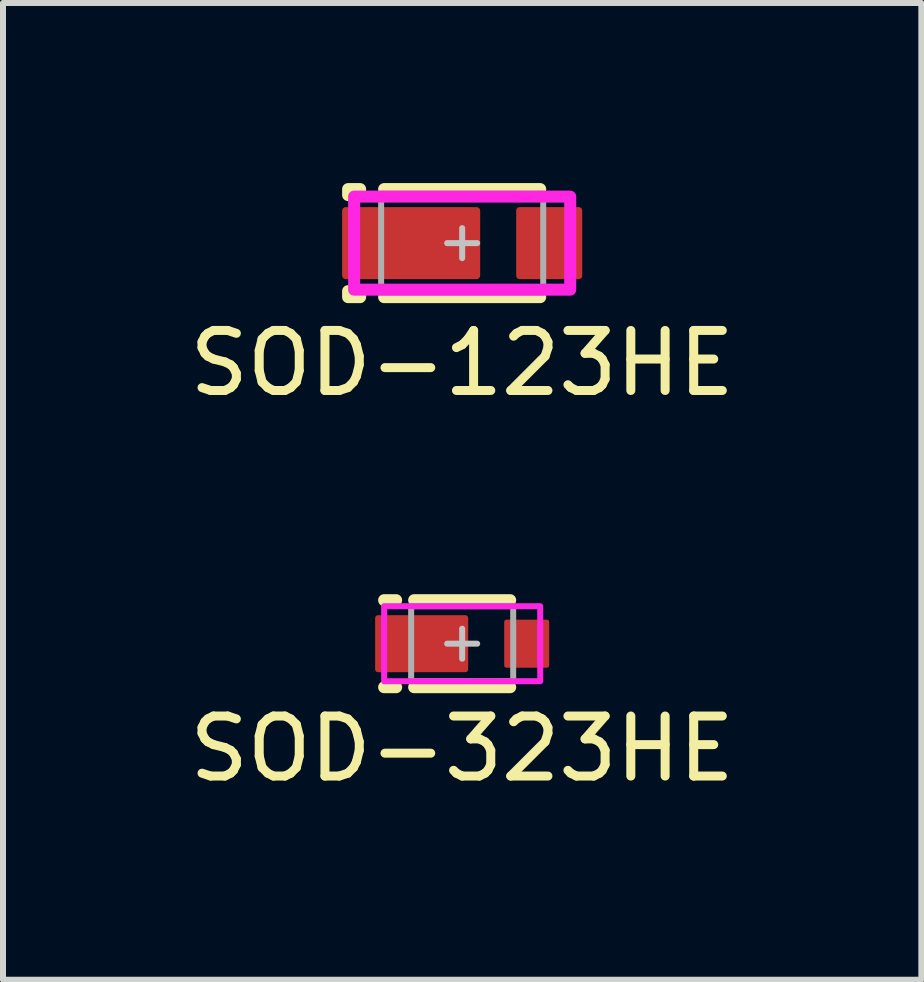
<source format=kicad_pcb>
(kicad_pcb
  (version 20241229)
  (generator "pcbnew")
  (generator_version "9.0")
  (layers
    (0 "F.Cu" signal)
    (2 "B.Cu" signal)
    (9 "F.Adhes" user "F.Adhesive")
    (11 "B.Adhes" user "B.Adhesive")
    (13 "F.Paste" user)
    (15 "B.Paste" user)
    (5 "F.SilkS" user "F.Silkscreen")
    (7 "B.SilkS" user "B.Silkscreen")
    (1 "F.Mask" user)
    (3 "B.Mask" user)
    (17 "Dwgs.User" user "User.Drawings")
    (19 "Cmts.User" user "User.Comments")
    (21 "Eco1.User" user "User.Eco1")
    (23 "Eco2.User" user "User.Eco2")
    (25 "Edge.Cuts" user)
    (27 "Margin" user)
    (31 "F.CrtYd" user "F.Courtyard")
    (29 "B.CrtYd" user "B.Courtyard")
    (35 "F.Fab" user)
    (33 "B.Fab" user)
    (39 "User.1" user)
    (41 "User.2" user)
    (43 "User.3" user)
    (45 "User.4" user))
  (footprint "SOD-123HE"
    (layer "F.Cu")
    (at 4.649 1)
    (property "Reference" "SOD-123HE" (at 0 2 0) (unlocked yes) (layer "F.SilkS") (effects (font (size 1 1) (thickness 0.15))))
    (attr smd)
    (fp_line (start -1.3 -0.9) (end 1.3 -0.9) (stroke (width 0.2) (type solid)) (layer "F.SilkS"))
    (fp_line (start -1.3 0.9) (end 1.3 0.9) (stroke (width 0.2) (type solid)) (layer "F.SilkS"))
    (fp_rect (start -1.9 -0.8) (end -1.7 -0.9) (stroke (width 0.2) (type solid)) (fill no) (layer "F.SilkS"))
    (fp_rect (start -1.9 0.9) (end -1.7 0.8) (stroke (width 0.2) (type solid)) (fill no) (layer "F.SilkS"))
    (fp_line (start -0.25 0) (end 0.25 0) (stroke (width 0.1) (type solid)) (layer "Dwgs.User"))
    (fp_line (start 0 -0.25) (end 0 0.25) (stroke (width 0.1) (type solid)) (layer "Dwgs.User"))
    (fp_rect (start -1.8 -0.775) (end 1.8 0.775) (stroke (width 0.2) (type solid)) (fill no) (layer "F.CrtYd"))
    (fp_rect (start -1.35 -0.825) (end 1.35 0.825) (stroke (width 0.1) (type solid)) (fill no) (layer "F.Fab"))
    (pad "A" smd roundrect (at 1.45 0 90) (size 1.2 1.1) (layers "F.Cu" "F.Mask" "F.Paste") (roundrect_rratio 0.05))
    (pad "K" smd roundrect (at -0.85 0) (size 2.3 1.2) (layers "F.Cu" "F.Mask" "F.Paste") (roundrect_rratio 0.05)))
  (footprint "SOD-323HE"
    (layer "F.Cu")
    (at 4.649 7.673)
    (property "Reference" "SOD-323HE" (at 0 1.75 0) (unlocked yes) (layer "F.SilkS") (effects (font (size 1 1) (thickness 0.15))))
    (attr smd)
    (fp_line (start -1.1 -0.725) (end -1.3 -0.725) (stroke (width 0.2) (type solid)) (layer "F.SilkS"))
    (fp_line (start -1.1 0.725) (end -1.3 0.725) (stroke (width 0.2) (type solid)) (layer "F.SilkS"))
    (fp_line (start -0.8 -0.725) (end 0.8 -0.725) (stroke (width 0.2) (type solid)) (layer "F.SilkS"))
    (fp_line (start -0.8 0.725) (end 0.8 0.725) (stroke (width 0.2) (type solid)) (layer "F.SilkS"))
    (fp_line (start -0.25 0) (end 0.25 0) (stroke (width 0.1) (type solid)) (layer "Dwgs.User"))
    (fp_line (start 0 -0.25) (end 0 0.25) (stroke (width 0.1) (type solid)) (layer "Dwgs.User"))
    (fp_rect (start -1.3 -0.625) (end 1.3 0.625) (stroke (width 0.1) (type solid)) (fill no) (layer "F.CrtYd"))
    (fp_rect (start -0.85 -0.625) (end 0.85 0.625) (stroke (width 0.1) (type solid)) (fill no) (layer "F.Fab"))
    (pad "A" smd roundrect (at 1.075 0 90) (size 0.8 0.75) (layers "F.Cu" "F.Mask" "F.Paste") (roundrect_rratio 0.05))
    (pad "K" smd roundrect (at -0.675 0) (size 1.55 0.95) (layers "F.Cu" "F.Mask" "F.Paste") (roundrect_rratio 0.05)))
  (gr_rect
    (start -3 -3)
    (end 12.298 13.271)
    (stroke (width 0.1) (type default))
    (fill no)
    (layer "Edge.Cuts")))
</source>
